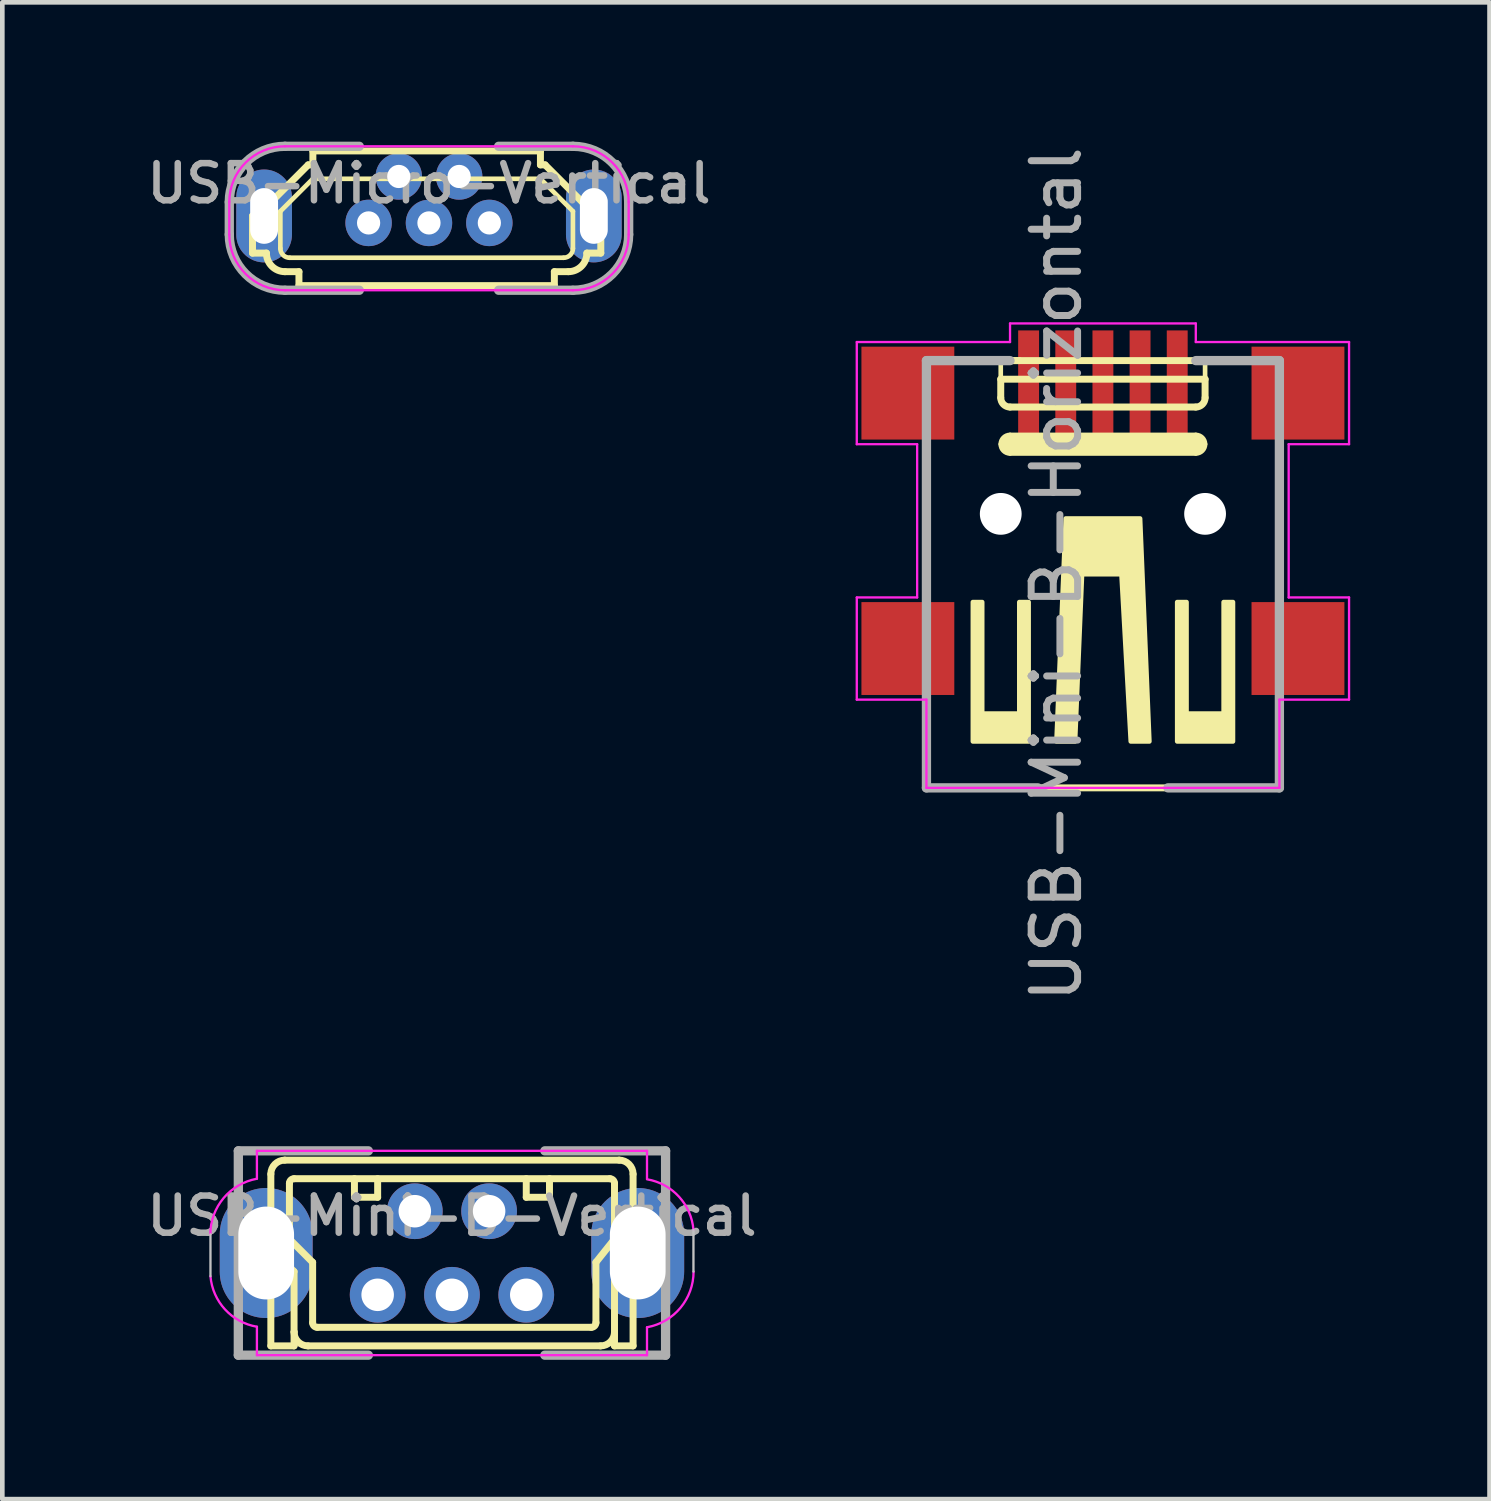
<source format=kicad_pcb>
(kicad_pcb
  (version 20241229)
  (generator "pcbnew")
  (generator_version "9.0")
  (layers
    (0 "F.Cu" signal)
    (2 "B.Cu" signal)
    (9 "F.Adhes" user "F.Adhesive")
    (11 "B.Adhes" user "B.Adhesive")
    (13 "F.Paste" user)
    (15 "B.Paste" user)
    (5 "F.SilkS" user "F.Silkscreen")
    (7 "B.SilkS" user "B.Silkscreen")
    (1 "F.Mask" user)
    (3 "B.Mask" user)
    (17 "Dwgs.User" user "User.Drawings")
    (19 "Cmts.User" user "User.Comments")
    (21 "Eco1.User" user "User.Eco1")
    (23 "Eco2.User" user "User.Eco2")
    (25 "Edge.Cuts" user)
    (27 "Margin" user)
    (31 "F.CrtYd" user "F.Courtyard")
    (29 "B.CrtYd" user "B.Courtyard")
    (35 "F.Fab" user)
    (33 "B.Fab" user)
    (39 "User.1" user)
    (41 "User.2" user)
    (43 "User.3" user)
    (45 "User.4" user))
  (footprint "USB-Mini-B-Vertical"
    (layer "F.Cu")
    (at 6.682 23.931)
    (property "Reference" "USB-Mini-B-Vertical" (at 0 -0.8 180) (layer "F.Fab") (effects (font (size 0.8 0.8) (thickness 0.14))))
    (attr smd)
    (fp_line (start -3.9 -0.1) (end -3.9 -1.7) (stroke (width 0.15) (type solid)) (layer "F.SilkS"))
    (fp_line (start -3.9 -0.1) (end -3.9 2) (stroke (width 0.15) (type solid)) (layer "F.SilkS"))
    (fp_line (start -3.9 -0.1) (end -3.4 0.4) (stroke (width 0.15) (type solid)) (layer "F.SilkS"))
    (fp_line (start -3.9 2) (end -3.4 2) (stroke (width 0.15) (type solid)) (layer "F.SilkS"))
    (fp_line (start -3.6 -2) (end 3.6 -2) (stroke (width 0.15) (type solid)) (layer "F.SilkS"))
    (fp_line (start -3.5 -1.5) (end -3.5 -0.3) (stroke (width 0.15) (type solid)) (layer "F.SilkS"))
    (fp_line (start -3.5 -0.3) (end -3 0.2) (stroke (width 0.15) (type solid)) (layer "F.SilkS"))
    (fp_line (start -3.4 1.7) (end -3.4 0.4) (stroke (width 0.15) (type solid)) (layer "F.SilkS"))
    (fp_line (start -3.4 2) (end -3.4 1.7) (stroke (width 0.15) (type solid)) (layer "F.SilkS"))
    (fp_line (start -3 0.2) (end -3 1.5) (stroke (width 0.15) (type solid)) (layer "F.SilkS"))
    (fp_line (start -2.1 -1.2) (end -2.1 -1.6) (stroke (width 0.15) (type solid)) (layer "F.SilkS"))
    (fp_line (start -1.6 -1.6) (end -1.6 -1.2) (stroke (width 0.15) (type solid)) (layer "F.SilkS"))
    (fp_line (start -1.6 -1.2) (end -2.1 -1.2) (stroke (width 0.15) (type solid)) (layer "F.SilkS"))
    (fp_line (start 1.6 -1.6) (end 1.6 -1.2) (stroke (width 0.15) (type solid)) (layer "F.SilkS"))
    (fp_line (start 1.6 -1.2) (end 2.1 -1.2) (stroke (width 0.15) (type solid)) (layer "F.SilkS"))
    (fp_line (start 2.1 -1.2) (end 2.1 -1.6) (stroke (width 0.15) (type solid)) (layer "F.SilkS"))
    (fp_line (start 3 1.6) (end -2.9 1.6) (stroke (width 0.15) (type solid)) (layer "F.SilkS"))
    (fp_line (start 3.1 1.5) (end 3.1 0.2) (stroke (width 0.15) (type solid)) (layer "F.SilkS"))
    (fp_line (start 3.2 2) (end -3.1 2) (stroke (width 0.15) (type solid)) (layer "F.SilkS"))
    (fp_line (start 3.4 -1.6) (end -3.4 -1.6) (stroke (width 0.15) (type solid)) (layer "F.SilkS"))
    (fp_line (start 3.5 -1.5) (end 3.5 -0.3) (stroke (width 0.15) (type solid)) (layer "F.SilkS"))
    (fp_line (start 3.5 -0.3) (end 3.1 0.2) (stroke (width 0.15) (type solid)) (layer "F.SilkS"))
    (fp_line (start 3.5 1.7) (end 3.5 0.4) (stroke (width 0.15) (type solid)) (layer "F.SilkS"))
    (fp_line (start 3.5 2) (end 3.5 1.7) (stroke (width 0.15) (type solid)) (layer "F.SilkS"))
    (fp_line (start 3.9 -1.7) (end 3.9 -0.1) (stroke (width 0.15) (type solid)) (layer "F.SilkS"))
    (fp_line (start 3.9 -0.1) (end 3.5 0.4) (stroke (width 0.15) (type solid)) (layer "F.SilkS"))
    (fp_line (start 3.9 -0.1) (end 3.9 2) (stroke (width 0.15) (type solid)) (layer "F.SilkS"))
    (fp_line (start 3.9 2) (end 3.5 2) (stroke (width 0.15) (type solid)) (layer "F.SilkS"))
    (fp_arc (start -3.9 -1.7) (mid -3.812132 -1.912132) (end -3.6 -2) (stroke (width 0.15) (type solid)) (layer "F.SilkS"))
    (fp_arc (start -3.5 -1.5) (mid -3.470711 -1.570711) (end -3.4 -1.6) (stroke (width 0.15) (type solid)) (layer "F.SilkS"))
    (fp_arc (start -3.1 2) (mid -3.312132 1.912132) (end -3.4 1.7) (stroke (width 0.15) (type solid)) (layer "F.SilkS"))
    (fp_arc (start -2.9 1.6) (mid -2.970711 1.570711) (end -3 1.5) (stroke (width 0.15) (type solid)) (layer "F.SilkS"))
    (fp_arc (start 3.1 1.5) (mid 3.070711 1.570711) (end 3 1.6) (stroke (width 0.15) (type solid)) (layer "F.SilkS"))
    (fp_arc (start 3.4 -1.6) (mid 3.470711 -1.570711) (end 3.5 -1.5) (stroke (width 0.15) (type solid)) (layer "F.SilkS"))
    (fp_arc (start 3.5 1.7) (mid 3.412132 1.912132) (end 3.2 2) (stroke (width 0.15) (type solid)) (layer "F.SilkS"))
    (fp_arc (start 3.6 -2) (mid 3.812132 -1.912132) (end 3.9 -1.7) (stroke (width 0.15) (type solid)) (layer "F.SilkS"))
    (fp_line (start -5.2 -0.4) (end -5.2 0.5) (stroke (width 0.05) (type solid)) (layer "Dwgs.User"))
    (fp_line (start 5.2 -0.5) (end 5.2 0.4) (stroke (width 0.05) (type solid)) (layer "Dwgs.User"))
    (fp_line (start -4.2 -2.2) (end -4.2 -1.6) (stroke (width 0.05) (type solid)) (layer "F.CrtYd"))
    (fp_line (start -4.2 2.2) (end 4.2 2.2) (stroke (width 0.05) (type solid)) (layer "F.CrtYd"))
    (fp_line (start -4.2 1.587) (end -4.2 2.2) (stroke (width 0.05) (type solid)) (layer "F.CrtYd"))
    (fp_line (start 4.2 -2.2) (end -4.2 -2.2) (stroke (width 0.05) (type solid)) (layer "F.CrtYd"))
    (fp_line (start 4.2 -1.6) (end 4.2 -2.2) (stroke (width 0.05) (type solid)) (layer "F.CrtYd"))
    (fp_line (start 4.2 2.2) (end 4.2 1.6) (stroke (width 0.05) (type solid)) (layer "F.CrtYd"))
    (fp_arc (start -5.202831 -0.400002) (mid -4.91886 -1.181439) (end -4.2 -1.599198) (stroke (width 0.05) (type solid)) (layer "F.CrtYd"))
    (fp_arc (start -4.199929 1.587445) (mid -4.886332 1.215115) (end -5.199999 0.499999) (stroke (width 0.05) (type solid)) (layer "F.CrtYd"))
    (fp_arc (start 4.199929 -1.587445) (mid 4.886332 -1.215115) (end 5.199999 -0.499999) (stroke (width 0.05) (type solid)) (layer "F.CrtYd"))
    (fp_arc (start 5.202831 0.400002) (mid 4.91886 1.181439) (end 4.2 1.599198) (stroke (width 0.05) (type solid)) (layer "F.CrtYd"))
    (fp_line (start -4.6 -2.2) (end -1.8 -2.2) (stroke (width 0.2) (type solid)) (layer "F.Fab"))
    (fp_line (start -4.6 2.2) (end -4.6 -2.2) (stroke (width 0.2) (type solid)) (layer "F.Fab"))
    (fp_line (start -4.6 2.2) (end -1.8 2.2) (stroke (width 0.2) (type solid)) (layer "F.Fab"))
    (fp_line (start 2 2.2) (end 4.6 2.2) (stroke (width 0.2) (type solid)) (layer "F.Fab"))
    (fp_line (start 4.6 -2.2) (end 2 -2.2) (stroke (width 0.2) (type solid)) (layer "F.Fab"))
    (fp_line (start 4.6 2.2) (end 4.6 -2.2) (stroke (width 0.2) (type solid)) (layer "F.Fab"))
    (pad "" thru_hole circle (at 0.8 -0.9 90) (size 1.2 1.2) (drill 0.7) (layers "*.Cu" "*.Mask"))
    (pad "0" thru_hole oval (at -4 0 90) (size 2.8 2) (drill oval 2 1.2) (layers "*.Cu" "*.Mask"))
    (pad "0" thru_hole oval (at 4 0 90) (size 2.8 2) (drill oval 2 1.2) (layers "*.Cu" "*.Mask"))
    (pad "1" thru_hole circle (at -1.6 0.9 90) (size 1.2 1.2) (drill 0.7) (layers "*.Cu" "*.Mask"))
    (pad "2" thru_hole circle (at -0.8 -0.9 90) (size 1.2 1.2) (drill 0.7) (layers "*.Cu" "*.Mask"))
    (pad "3" thru_hole circle (at 0 0.9 90) (size 1.2 1.2) (drill 0.7) (layers "*.Cu" "*.Mask"))
    (pad "4" thru_hole circle (at 1.6 0.9 90) (size 1.2 1.2) (drill 0.7) (layers "*.Cu" "*.Mask")))
  (footprint "USB-Micro-Vertical"
    (layer "F.Cu")
    (at 6.187 1.6)
    (property "Reference" "USB-Micro-Vertical" (at 0 -0.7 180) (layer "F.Fab") (effects (font (size 0.8 0.8) (thickness 0.14))))
    (attr smd)
    (fp_line (start -3.8 0.8) (end -3.8 0) (stroke (width 0.15) (type solid)) (layer "F.SilkS"))
    (fp_line (start -3.5 0) (end -3.8 0) (stroke (width 0.15) (type solid)) (layer "F.SilkS"))
    (fp_line (start -3.5 0) (end -3.5 -0.2) (stroke (width 0.15) (type solid)) (layer "F.SilkS"))
    (fp_line (start -3.5 0.8) (end -3.8 0.8) (stroke (width 0.15) (type solid)) (layer "F.SilkS"))
    (fp_line (start -3.2 -0.1) (end -2.5 -0.8) (stroke (width 0.1) (type solid)) (layer "F.SilkS"))
    (fp_line (start -3.2 0.7) (end -3.2 -0.1) (stroke (width 0.1) (type solid)) (layer "F.SilkS"))
    (fp_line (start -2.8 1.2) (end -3.1 1.2) (stroke (width 0.15) (type solid)) (layer "F.SilkS"))
    (fp_line (start -2.8 1.5) (end -2.8 1.2) (stroke (width 0.15) (type solid)) (layer "F.SilkS"))
    (fp_line (start -2.6 -1.1) (end -3.5 -0.2) (stroke (width 0.15) (type solid)) (layer "F.SilkS"))
    (fp_line (start -2.5 -1.1) (end -2.6 -1.1) (stroke (width 0.15) (type solid)) (layer "F.SilkS"))
    (fp_line (start -2.5 -1.1) (end -2.5 -1.4) (stroke (width 0.15) (type solid)) (layer "F.SilkS"))
    (fp_line (start 2.4 -1.4) (end -2.5 -1.4) (stroke (width 0.15) (type solid)) (layer "F.SilkS"))
    (fp_line (start 2.4 -1.1) (end 2.4 -1.4) (stroke (width 0.15) (type solid)) (layer "F.SilkS"))
    (fp_line (start 2.4 -0.8) (end -2.5 -0.8) (stroke (width 0.1) (type solid)) (layer "F.SilkS"))
    (fp_line (start 2.5 -1.1) (end 2.4 -1.1) (stroke (width 0.15) (type solid)) (layer "F.SilkS"))
    (fp_line (start 2.5 -1.1) (end 3.4 -0.2) (stroke (width 0.15) (type solid)) (layer "F.SilkS"))
    (fp_line (start 2.7 1.5) (end -2.8 1.5) (stroke (width 0.15) (type solid)) (layer "F.SilkS"))
    (fp_line (start 2.7 1.5) (end 2.7 1.2) (stroke (width 0.15) (type solid)) (layer "F.SilkS"))
    (fp_line (start 2.9 0.9) (end -3 0.9) (stroke (width 0.1) (type solid)) (layer "F.SilkS"))
    (fp_line (start 3 1.2) (end 2.7 1.2) (stroke (width 0.15) (type solid)) (layer "F.SilkS"))
    (fp_line (start 3.1 -0.1) (end 2.4 -0.8) (stroke (width 0.1) (type solid)) (layer "F.SilkS"))
    (fp_line (start 3.1 0.7) (end 3.1 -0.1) (stroke (width 0.1) (type solid)) (layer "F.SilkS"))
    (fp_line (start 3.4 0) (end 3.4 -0.2) (stroke (width 0.15) (type solid)) (layer "F.SilkS"))
    (fp_line (start 3.7 0) (end 3.4 0) (stroke (width 0.15) (type solid)) (layer "F.SilkS"))
    (fp_line (start 3.7 0.8) (end 3.4 0.8) (stroke (width 0.15) (type solid)) (layer "F.SilkS"))
    (fp_line (start 3.7 0.8) (end 3.7 0) (stroke (width 0.15) (type solid)) (layer "F.SilkS"))
    (fp_arc (start -3.1 1.2) (mid -3.382843 1.082843) (end -3.5 0.8) (stroke (width 0.15) (type solid)) (layer "F.SilkS"))
    (fp_arc (start -3 0.9) (mid -3.141421 0.841421) (end -3.2 0.7) (stroke (width 0.1) (type solid)) (layer "F.SilkS"))
    (fp_arc (start 3.1 0.7) (mid 3.041421 0.841421) (end 2.9 0.9) (stroke (width 0.1) (type solid)) (layer "F.SilkS"))
    (fp_arc (start 3.4 0.8) (mid 3.282843 1.082843) (end 3 1.2) (stroke (width 0.15) (type solid)) (layer "F.SilkS"))
    (fp_line (start -4.3 -0.3) (end -4.3 0.4) (stroke (width 0.05) (type solid)) (layer "F.CrtYd"))
    (fp_line (start 3.1 -1.5) (end -3.1 -1.5) (stroke (width 0.05) (type solid)) (layer "F.CrtYd"))
    (fp_line (start 3.1 1.6) (end -3.1 1.6) (stroke (width 0.05) (type solid)) (layer "F.CrtYd"))
    (fp_line (start 4.3 -0.3) (end 4.3 0.4) (stroke (width 0.05) (type solid)) (layer "F.CrtYd"))
    (fp_arc (start -4.3 -0.3) (mid -3.948528 -1.148528) (end -3.1 -1.5) (stroke (width 0.05) (type solid)) (layer "F.CrtYd"))
    (fp_arc (start -3.1 1.6) (mid -3.948528 1.248528) (end -4.3 0.4) (stroke (width 0.05) (type solid)) (layer "F.CrtYd"))
    (fp_arc (start 3.1 -1.5) (mid 3.948528 -1.148528) (end 4.3 -0.3) (stroke (width 0.05) (type solid)) (layer "F.CrtYd"))
    (fp_arc (start 4.3 0.4) (mid 3.948528 1.248528) (end 3.1 1.6) (stroke (width 0.05) (type solid)) (layer "F.CrtYd"))
    (fp_line (start -4.3 -0.3) (end -4.3 0.4) (stroke (width 0.2) (type solid)) (layer "F.Fab"))
    (fp_line (start -3.1 -1.5) (end -1.5 -1.5) (stroke (width 0.2) (type solid)) (layer "F.Fab"))
    (fp_line (start -3.1 1.6) (end -1.5 1.6) (stroke (width 0.2) (type solid)) (layer "F.Fab"))
    (fp_line (start 3.1 -1.5) (end 1.5 -1.5) (stroke (width 0.2) (type solid)) (layer "F.Fab"))
    (fp_line (start 3.1 1.6) (end 1.5 1.6) (stroke (width 0.2) (type solid)) (layer "F.Fab"))
    (fp_line (start 4.3 0.4) (end 4.3 -0.3) (stroke (width 0.2) (type solid)) (layer "F.Fab"))
    (fp_arc (start -4.3 -0.3) (mid -3.948528 -1.148528) (end -3.1 -1.5) (stroke (width 0.2) (type solid)) (layer "F.Fab"))
    (fp_arc (start -3.1 1.6) (mid -3.948528 1.248528) (end -4.3 0.4) (stroke (width 0.2) (type solid)) (layer "F.Fab"))
    (fp_arc (start 3.1 -1.5) (mid 3.948528 -1.148528) (end 4.3 -0.3) (stroke (width 0.2) (type solid)) (layer "F.Fab"))
    (fp_arc (start 4.3 0.4) (mid 3.948528 1.248528) (end 3.1 1.6) (stroke (width 0.2) (type solid)) (layer "F.Fab"))
    (pad "" thru_hole circle (at 0.65 -0.85 90) (size 1 1) (drill 0.5) (layers "*.Cu" "*.Mask"))
    (pad "0" thru_hole oval (at -3.55 0 180) (size 1.2 2) (drill oval 0.6 1.2) (layers "*.Cu" "*.Mask"))
    (pad "0" thru_hole oval (at 3.55 0 180) (size 1.2 2) (drill oval 0.6 1.2) (layers "*.Cu" "*.Mask"))
    (pad "1" thru_hole circle (at -1.3 0.15 90) (size 1 1) (drill 0.5) (layers "*.Cu" "*.Mask"))
    (pad "2" thru_hole circle (at -0.65 -0.85 90) (size 1 1) (drill 0.5) (layers "*.Cu" "*.Mask"))
    (pad "3" thru_hole circle (at 0 0.15 90) (size 1 1) (drill 0.5) (layers "*.Cu" "*.Mask"))
    (pad "4" thru_hole circle (at 1.3 0.15 90) (size 1 1) (drill 0.5) (layers "*.Cu" "*.Mask")))
  (footprint "USB-Mini-B-Horizontal"
    (layer "F.Cu")
    (at 20.699 5.315)
    (property "Reference" "USB-Mini-B-Horizontal" (at -1 4 90) (layer "F.Fab") (effects (font (size 1 1) (thickness 0.15))))
    (attr smd)
    (fp_line (start -3.8 -0.6) (end -3.8 8.6) (stroke (width 0.15) (type solid)) (layer "F.SilkS"))
    (fp_line (start -3.8 -0.6) (end -1.8 -0.6) (stroke (width 0.15) (type solid)) (layer "F.SilkS"))
    (fp_line (start -3.8 8.6) (end 3.8 8.6) (stroke (width 0.15) (type solid)) (layer "F.SilkS"))
    (fp_line (start -2.2 -0.2) (end -2.2 -0.6) (stroke (width 0.1) (type solid)) (layer "F.SilkS"))
    (fp_line (start -2.2 -0.2) (end 2.2 -0.2) (stroke (width 0.15) (type solid)) (layer "F.SilkS"))
    (fp_line (start -2.2 0.2) (end -2.2 -0.2) (stroke (width 0.15) (type solid)) (layer "F.SilkS"))
    (fp_line (start -2 -0.6) (end 3.8 -0.6) (stroke (width 0.15) (type solid)) (layer "F.SilkS"))
    (fp_line (start -2 0.4) (end 2 0.4) (stroke (width 0.15) (type solid)) (layer "F.SilkS"))
    (fp_line (start 2.2 -0.2) (end 2.2 -0.6) (stroke (width 0.1) (type solid)) (layer "F.SilkS"))
    (fp_line (start 2.2 0.2) (end 2.2 -0.2) (stroke (width 0.15) (type solid)) (layer "F.SilkS"))
    (fp_line (start 3.8 -0.6) (end 3.8 8.6) (stroke (width 0.15) (type solid)) (layer "F.SilkS"))
    (fp_arc (start -2 0.4) (mid -2.141421 0.341421) (end -2.2 0.2) (stroke (width 0.15) (type solid)) (layer "F.SilkS"))
    (fp_arc (start -2 1.4) (mid -2.2 1.2) (end -2 1) (stroke (width 0.1) (type solid)) (layer "F.SilkS"))
    (fp_arc (start 2 1) (mid 2.2 1.2) (end 2 1.4) (stroke (width 0.1) (type solid)) (layer "F.SilkS"))
    (fp_arc (start 2.2 0.2) (mid 2.141421 0.341421) (end 2 0.4) (stroke (width 0.15) (type solid)) (layer "F.SilkS"))
    (fp_poly (pts (xy 2.2 1.2) (xy 2 1.4) (xy -2 1.4) (xy -2.2 1.2) (xy -2 1) (xy 2 1)) (stroke (width 0.1) (type solid)) (fill yes) (layer "F.SilkS"))
    (fp_poly (pts (xy -2.6 7) (xy -1.8 7) (xy -1.8 4.6) (xy -1.6 4.6) (xy -1.6 7.6) (xy -2.8 7.6) (xy -2.8 4.6) (xy -2.6 4.6)) (stroke (width 0.1) (type solid)) (fill yes) (layer "F.SilkS"))
    (fp_poly (pts (xy 1 7.6) (xy 0.6 7.6) (xy 0.4 4) (xy -0.45 4) (xy -0.6 7.6) (xy -1 7.6) (xy -0.8 2.8) (xy 0.8 2.8)) (stroke (width 0.1) (type solid)) (fill yes) (layer "F.SilkS"))
    (fp_poly (pts (xy 1.8 7) (xy 2.6 7) (xy 2.6 4.6) (xy 2.8 4.6) (xy 2.8 7.6) (xy 1.6 7.6) (xy 1.6 4.6) (xy 1.8 4.6)) (stroke (width 0.1) (type solid)) (fill yes) (layer "F.SilkS"))
    (fp_line (start -5.3 -1) (end -2 -1) (stroke (width 0.05) (type solid)) (layer "F.CrtYd"))
    (fp_line (start -5.3 1.2) (end -5.3 -1) (stroke (width 0.05) (type solid)) (layer "F.CrtYd"))
    (fp_line (start -5.3 4.5) (end -5.3 6.7) (stroke (width 0.05) (type solid)) (layer "F.CrtYd"))
    (fp_line (start -5.3 4.5) (end -4 4.5) (stroke (width 0.05) (type solid)) (layer "F.CrtYd"))
    (fp_line (start -4 1.2) (end -5.3 1.2) (stroke (width 0.05) (type solid)) (layer "F.CrtYd"))
    (fp_line (start -4 4.5) (end -4 1.2) (stroke (width 0.05) (type solid)) (layer "F.CrtYd"))
    (fp_line (start -3.8 6.7) (end -5.3 6.7) (stroke (width 0.05) (type solid)) (layer "F.CrtYd"))
    (fp_line (start -3.8 6.7) (end -3.8 8.6) (stroke (width 0.05) (type solid)) (layer "F.CrtYd"))
    (fp_line (start -2 -1.4) (end -2 -1) (stroke (width 0.05) (type solid)) (layer "F.CrtYd"))
    (fp_line (start -2 -1.4) (end 2 -1.4) (stroke (width 0.05) (type solid)) (layer "F.CrtYd"))
    (fp_line (start 2 -1.4) (end 2 -1) (stroke (width 0.05) (type solid)) (layer "F.CrtYd"))
    (fp_line (start 2 -1) (end 5.3 -1) (stroke (width 0.05) (type solid)) (layer "F.CrtYd"))
    (fp_line (start 3.8 6.7) (end 3.8 8.6) (stroke (width 0.05) (type solid)) (layer "F.CrtYd"))
    (fp_line (start 3.8 8.6) (end -3.8 8.6) (stroke (width 0.05) (type solid)) (layer "F.CrtYd"))
    (fp_line (start 4 1.2) (end 4 4.5) (stroke (width 0.05) (type solid)) (layer "F.CrtYd"))
    (fp_line (start 4 4.5) (end 5.3 4.5) (stroke (width 0.05) (type solid)) (layer "F.CrtYd"))
    (fp_line (start 5.3 -1) (end 5.3 1.2) (stroke (width 0.05) (type solid)) (layer "F.CrtYd"))
    (fp_line (start 5.3 1.2) (end 4 1.2) (stroke (width 0.05) (type solid)) (layer "F.CrtYd"))
    (fp_line (start 5.3 4.5) (end 5.3 6.7) (stroke (width 0.05) (type solid)) (layer "F.CrtYd"))
    (fp_line (start 5.3 6.7) (end 3.8 6.7) (stroke (width 0.05) (type solid)) (layer "F.CrtYd"))
    (fp_line (start -3.8 -0.6) (end -2 -0.6) (stroke (width 0.2) (type solid)) (layer "F.Fab"))
    (fp_line (start -3.8 8.6) (end -3.8 -0.6) (stroke (width 0.2) (type solid)) (layer "F.Fab"))
    (fp_line (start -1.4 8.6) (end -3.8 8.6) (stroke (width 0.2) (type solid)) (layer "F.Fab"))
    (fp_line (start 1.4 8.6) (end 3.8 8.6) (stroke (width 0.2) (type solid)) (layer "F.Fab"))
    (fp_line (start 2 -0.6) (end 3.8 -0.6) (stroke (width 0.2) (type solid)) (layer "F.Fab"))
    (fp_line (start 3.8 8.6) (end 3.8 -0.6) (stroke (width 0.2) (type solid)) (layer "F.Fab"))
    (pad "" np_thru_hole circle (at -2.2 2.7 90) (size 0.9 0.9) (drill 0.9) (layers "*.Cu" "*.Mask"))
    (pad "" smd rect (at 0.8 0 90) (size 2.5 0.45) (layers "F.Cu" "F.Mask" "F.Paste"))
    (pad "" np_thru_hole circle (at 2.2 2.7 90) (size 0.9 0.9) (drill 0.9) (layers "*.Cu" "*.Mask"))
    (pad "0" smd rect (at -4.2 0.1 90) (size 2 2) (layers "F.Cu" "F.Mask" "F.Paste"))
    (pad "0" smd rect (at -4.2 5.6 90) (size 2 2) (layers "F.Cu" "F.Mask" "F.Paste"))
    (pad "0" smd rect (at 4.2 0.1 90) (size 2 2) (layers "F.Cu" "F.Mask" "F.Paste"))
    (pad "0" smd rect (at 4.2 5.6 90) (size 2 2) (layers "F.Cu" "F.Mask" "F.Paste"))
    (pad "1" smd rect (at -1.6 0 90) (size 2.5 0.45) (layers "F.Cu" "F.Mask" "F.Paste"))
    (pad "2" smd rect (at -0.8 0 90) (size 2.5 0.45) (layers "F.Cu" "F.Mask" "F.Paste"))
    (pad "3" smd rect (at 0 0 90) (size 2.5 0.45) (layers "F.Cu" "F.Mask" "F.Paste"))
    (pad "4" smd rect (at 1.6 0 90) (size 2.5 0.45) (layers "F.Cu" "F.Mask" "F.Paste")))
  (gr_rect
    (start -3 -3)
    (end 29.024 29.231)
    (stroke (width 0.1) (type default))
    (fill no)
    (layer "Edge.Cuts")))
</source>
